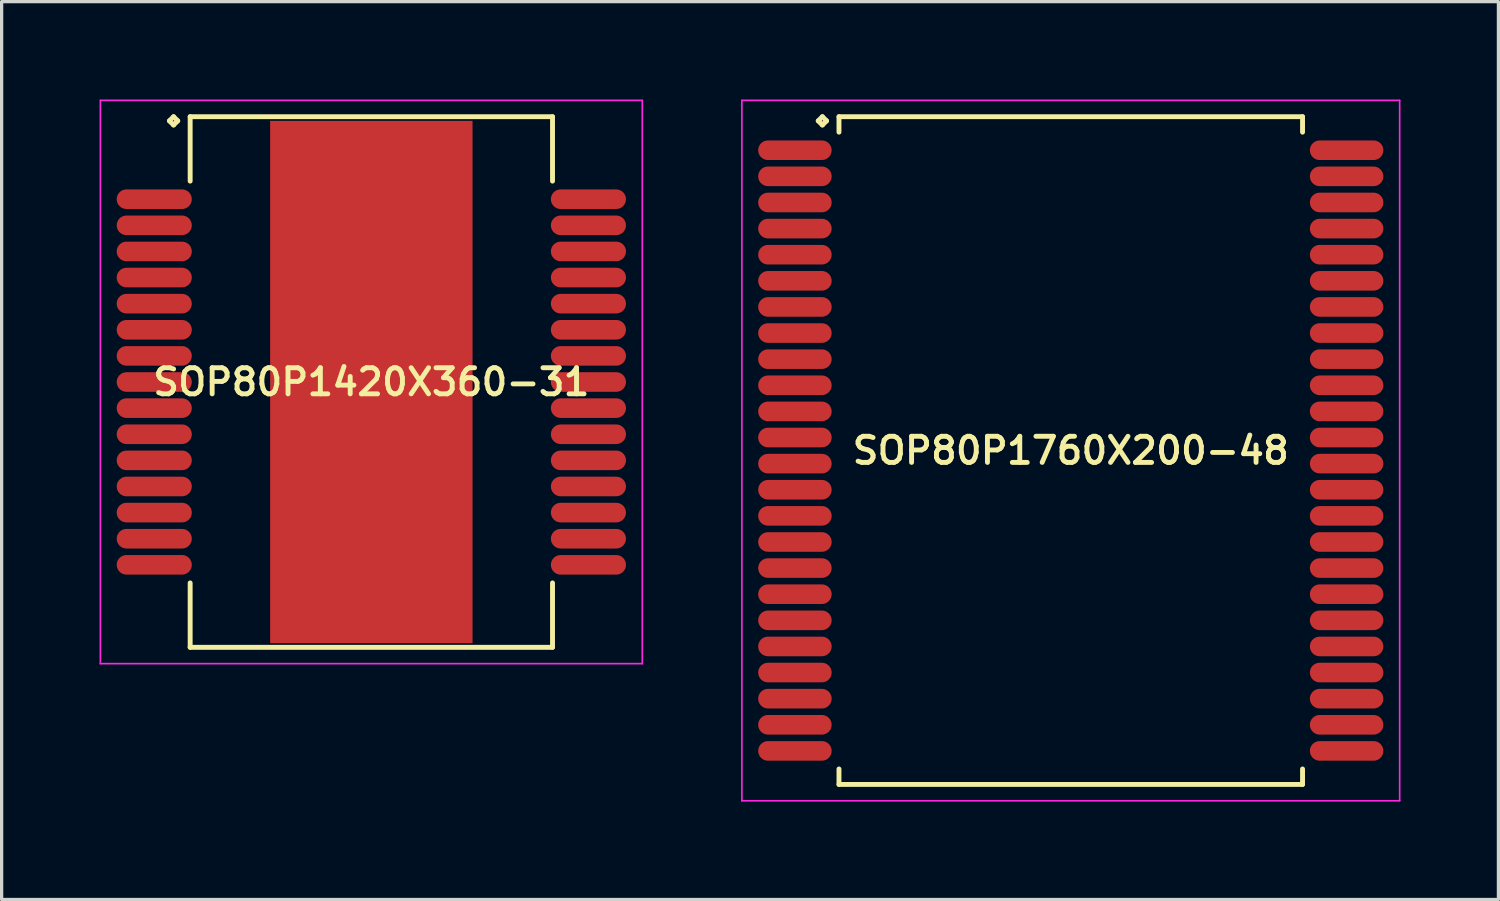
<source format=kicad_pcb>
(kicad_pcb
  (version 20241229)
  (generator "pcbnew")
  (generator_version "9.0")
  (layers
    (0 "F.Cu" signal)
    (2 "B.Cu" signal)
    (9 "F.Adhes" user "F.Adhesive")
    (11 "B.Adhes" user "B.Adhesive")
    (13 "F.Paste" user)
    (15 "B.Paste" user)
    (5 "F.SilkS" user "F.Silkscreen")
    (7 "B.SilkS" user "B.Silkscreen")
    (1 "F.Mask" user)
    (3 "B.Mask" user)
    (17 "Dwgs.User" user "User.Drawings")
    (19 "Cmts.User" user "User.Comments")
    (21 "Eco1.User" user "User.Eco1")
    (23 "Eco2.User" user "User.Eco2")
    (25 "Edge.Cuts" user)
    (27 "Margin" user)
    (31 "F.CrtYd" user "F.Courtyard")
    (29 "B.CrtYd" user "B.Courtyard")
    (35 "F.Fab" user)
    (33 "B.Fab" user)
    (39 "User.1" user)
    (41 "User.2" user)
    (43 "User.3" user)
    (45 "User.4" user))
  (footprint "SOP80P1420X360-31"
    (layer "F.Cu")
    (at 8.325 8.652)
    (property "Reference" "SOP80P1420X360-31" (at 0 0 0) (layer "F.SilkS") (effects (font (size 0.8 0.8) (thickness 0.15))))
    (attr smd)
    (fp_line (start -6.185 -8) (end -6.058 -8.127) (stroke (width 0.15) (type solid)) (layer "F.SilkS"))
    (fp_line (start -6.058 -8.127) (end -5.931 -8) (stroke (width 0.15) (type solid)) (layer "F.SilkS"))
    (fp_line (start -6.058 -7.873) (end -6.185 -8) (stroke (width 0.15) (type solid)) (layer "F.SilkS"))
    (fp_line (start -5.931 -8) (end -6.058 -7.873) (stroke (width 0.15) (type solid)) (layer "F.SilkS"))
    (fp_line (start -5.55 -8.127) (end 5.55 -8.127) (stroke (width 0.15) (type solid)) (layer "F.SilkS"))
    (fp_line (start -5.55 -6.154) (end -5.55 -8.127) (stroke (width 0.15) (type solid)) (layer "F.SilkS"))
    (fp_line (start -5.55 6.154) (end -5.55 8.127) (stroke (width 0.15) (type solid)) (layer "F.SilkS"))
    (fp_line (start -5.55 8.127) (end 5.55 8.127) (stroke (width 0.15) (type solid)) (layer "F.SilkS"))
    (fp_line (start 5.55 -8.127) (end 5.55 -6.154) (stroke (width 0.15) (type solid)) (layer "F.SilkS"))
    (fp_line (start 5.55 8.127) (end 5.55 6.154) (stroke (width 0.15) (type solid)) (layer "F.SilkS"))
    (fp_line (start -8.3 -8.627) (end 8.3 -8.627) (stroke (width 0.05) (type solid)) (layer "F.CrtYd"))
    (fp_line (start -8.3 8.627) (end -8.3 -8.627) (stroke (width 0.05) (type solid)) (layer "F.CrtYd"))
    (fp_line (start 8.3 -8.627) (end 8.3 8.627) (stroke (width 0.05) (type solid)) (layer "F.CrtYd"))
    (fp_line (start 8.3 8.627) (end -8.3 8.627) (stroke (width 0.05) (type solid)) (layer "F.CrtYd"))
    (pad "1" smd oval (at -6.65 -5.6) (size 2.3 0.6) (layers "F.Cu" "F.Mask" "F.Paste"))
    (pad "2" smd oval (at -6.65 -4.8) (size 2.3 0.6) (layers "F.Cu" "F.Mask" "F.Paste"))
    (pad "3" smd oval (at -6.65 -4) (size 2.3 0.6) (layers "F.Cu" "F.Mask" "F.Paste"))
    (pad "4" smd oval (at -6.65 -3.2) (size 2.3 0.6) (layers "F.Cu" "F.Mask" "F.Paste"))
    (pad "5" smd oval (at -6.65 -2.4) (size 2.3 0.6) (layers "F.Cu" "F.Mask" "F.Paste"))
    (pad "6" smd oval (at -6.65 -1.6) (size 2.3 0.6) (layers "F.Cu" "F.Mask" "F.Paste"))
    (pad "7" smd oval (at -6.65 -0.8) (size 2.3 0.6) (layers "F.Cu" "F.Mask" "F.Paste"))
    (pad "8" smd oval (at -6.65 0) (size 2.3 0.6) (layers "F.Cu" "F.Mask" "F.Paste"))
    (pad "9" smd oval (at -6.65 0.8) (size 2.3 0.6) (layers "F.Cu" "F.Mask" "F.Paste"))
    (pad "10" smd oval (at -6.65 1.6) (size 2.3 0.6) (layers "F.Cu" "F.Mask" "F.Paste"))
    (pad "11" smd oval (at -6.65 2.4) (size 2.3 0.6) (layers "F.Cu" "F.Mask" "F.Paste"))
    (pad "12" smd oval (at -6.65 3.2) (size 2.3 0.6) (layers "F.Cu" "F.Mask" "F.Paste"))
    (pad "13" smd oval (at -6.65 4) (size 2.3 0.6) (layers "F.Cu" "F.Mask" "F.Paste"))
    (pad "14" smd oval (at -6.65 4.8) (size 2.3 0.6) (layers "F.Cu" "F.Mask" "F.Paste"))
    (pad "15" smd oval (at -6.65 5.6) (size 2.3 0.6) (layers "F.Cu" "F.Mask" "F.Paste"))
    (pad "16" smd oval (at 6.65 5.6) (size 2.3 0.6) (layers "F.Cu" "F.Mask" "F.Paste"))
    (pad "17" smd oval (at 6.65 4.8) (size 2.3 0.6) (layers "F.Cu" "F.Mask" "F.Paste"))
    (pad "18" smd oval (at 6.65 4) (size 2.3 0.6) (layers "F.Cu" "F.Mask" "F.Paste"))
    (pad "19" smd oval (at 6.65 3.2) (size 2.3 0.6) (layers "F.Cu" "F.Mask" "F.Paste"))
    (pad "20" smd oval (at 6.65 2.4) (size 2.3 0.6) (layers "F.Cu" "F.Mask" "F.Paste"))
    (pad "21" smd oval (at 6.65 1.6) (size 2.3 0.6) (layers "F.Cu" "F.Mask" "F.Paste"))
    (pad "22" smd oval (at 6.65 0.8) (size 2.3 0.6) (layers "F.Cu" "F.Mask" "F.Paste"))
    (pad "23" smd oval (at 6.65 0) (size 2.3 0.6) (layers "F.Cu" "F.Mask" "F.Paste"))
    (pad "24" smd oval (at 6.65 -0.8) (size 2.3 0.6) (layers "F.Cu" "F.Mask" "F.Paste"))
    (pad "25" smd oval (at 6.65 -1.6) (size 2.3 0.6) (layers "F.Cu" "F.Mask" "F.Paste"))
    (pad "26" smd oval (at 6.65 -2.4) (size 2.3 0.6) (layers "F.Cu" "F.Mask" "F.Paste"))
    (pad "27" smd oval (at 6.65 -3.2) (size 2.3 0.6) (layers "F.Cu" "F.Mask" "F.Paste"))
    (pad "28" smd oval (at 6.65 -4) (size 2.3 0.6) (layers "F.Cu" "F.Mask" "F.Paste"))
    (pad "29" smd oval (at 6.65 -4.8) (size 2.3 0.6) (layers "F.Cu" "F.Mask" "F.Paste"))
    (pad "30" smd oval (at 6.65 -5.6) (size 2.3 0.6) (layers "F.Cu" "F.Mask" "F.Paste"))
    (pad "31" smd rect (at 0 0) (size 6.2 16) (layers "F.Cu" "F.Mask" "F.Paste")))
  (footprint "SOP80P1760X200-48"
    (layer "F.Cu")
    (at 29.75 10.752)
    (property "Reference" "SOP80P1760X200-48" (at 0 0 0) (layer "F.SilkS") (effects (font (size 0.8 0.8) (thickness 0.15))))
    (attr smd)
    (fp_line (start -7.735 -10.1) (end -7.608 -10.227) (stroke (width 0.15) (type solid)) (layer "F.SilkS"))
    (fp_line (start -7.608 -10.227) (end -7.481 -10.1) (stroke (width 0.15) (type solid)) (layer "F.SilkS"))
    (fp_line (start -7.608 -9.973) (end -7.735 -10.1) (stroke (width 0.15) (type solid)) (layer "F.SilkS"))
    (fp_line (start -7.481 -10.1) (end -7.608 -9.973) (stroke (width 0.15) (type solid)) (layer "F.SilkS"))
    (fp_line (start -7.1 -10.227) (end 7.1 -10.227) (stroke (width 0.15) (type solid)) (layer "F.SilkS"))
    (fp_line (start -7.1 -9.754) (end -7.1 -10.227) (stroke (width 0.15) (type solid)) (layer "F.SilkS"))
    (fp_line (start -7.1 9.754) (end -7.1 10.227) (stroke (width 0.15) (type solid)) (layer "F.SilkS"))
    (fp_line (start -7.1 10.227) (end 7.1 10.227) (stroke (width 0.15) (type solid)) (layer "F.SilkS"))
    (fp_line (start 7.1 -10.227) (end 7.1 -9.754) (stroke (width 0.15) (type solid)) (layer "F.SilkS"))
    (fp_line (start 7.1 10.227) (end 7.1 9.754) (stroke (width 0.15) (type solid)) (layer "F.SilkS"))
    (fp_line (start -10.075 -10.727) (end 10.075 -10.727) (stroke (width 0.05) (type solid)) (layer "F.CrtYd"))
    (fp_line (start -10.075 10.727) (end -10.075 -10.727) (stroke (width 0.05) (type solid)) (layer "F.CrtYd"))
    (fp_line (start 10.075 -10.727) (end 10.075 10.727) (stroke (width 0.05) (type solid)) (layer "F.CrtYd"))
    (fp_line (start 10.075 10.727) (end -10.075 10.727) (stroke (width 0.05) (type solid)) (layer "F.CrtYd"))
    (pad "1" smd oval (at -8.45 -9.2) (size 2.25 0.6) (layers "F.Cu" "F.Mask" "F.Paste"))
    (pad "2" smd oval (at -8.45 -8.4) (size 2.25 0.6) (layers "F.Cu" "F.Mask" "F.Paste"))
    (pad "3" smd oval (at -8.45 -7.6) (size 2.25 0.6) (layers "F.Cu" "F.Mask" "F.Paste"))
    (pad "4" smd oval (at -8.45 -6.8) (size 2.25 0.6) (layers "F.Cu" "F.Mask" "F.Paste"))
    (pad "5" smd oval (at -8.45 -6) (size 2.25 0.6) (layers "F.Cu" "F.Mask" "F.Paste"))
    (pad "6" smd oval (at -8.45 -5.2) (size 2.25 0.6) (layers "F.Cu" "F.Mask" "F.Paste"))
    (pad "7" smd oval (at -8.45 -4.4) (size 2.25 0.6) (layers "F.Cu" "F.Mask" "F.Paste"))
    (pad "8" smd oval (at -8.45 -3.6) (size 2.25 0.6) (layers "F.Cu" "F.Mask" "F.Paste"))
    (pad "9" smd oval (at -8.45 -2.8) (size 2.25 0.6) (layers "F.Cu" "F.Mask" "F.Paste"))
    (pad "10" smd oval (at -8.45 -2) (size 2.25 0.6) (layers "F.Cu" "F.Mask" "F.Paste"))
    (pad "11" smd oval (at -8.45 -1.2) (size 2.25 0.6) (layers "F.Cu" "F.Mask" "F.Paste"))
    (pad "12" smd oval (at -8.45 -0.4) (size 2.25 0.6) (layers "F.Cu" "F.Mask" "F.Paste"))
    (pad "13" smd oval (at -8.45 0.4) (size 2.25 0.6) (layers "F.Cu" "F.Mask" "F.Paste"))
    (pad "14" smd oval (at -8.45 1.2) (size 2.25 0.6) (layers "F.Cu" "F.Mask" "F.Paste"))
    (pad "15" smd oval (at -8.45 2) (size 2.25 0.6) (layers "F.Cu" "F.Mask" "F.Paste"))
    (pad "16" smd oval (at -8.45 2.8) (size 2.25 0.6) (layers "F.Cu" "F.Mask" "F.Paste"))
    (pad "17" smd oval (at -8.45 3.6) (size 2.25 0.6) (layers "F.Cu" "F.Mask" "F.Paste"))
    (pad "18" smd oval (at -8.45 4.4) (size 2.25 0.6) (layers "F.Cu" "F.Mask" "F.Paste"))
    (pad "19" smd oval (at -8.45 5.2) (size 2.25 0.6) (layers "F.Cu" "F.Mask" "F.Paste"))
    (pad "20" smd oval (at -8.45 6) (size 2.25 0.6) (layers "F.Cu" "F.Mask" "F.Paste"))
    (pad "21" smd oval (at -8.45 6.8) (size 2.25 0.6) (layers "F.Cu" "F.Mask" "F.Paste"))
    (pad "22" smd oval (at -8.45 7.6) (size 2.25 0.6) (layers "F.Cu" "F.Mask" "F.Paste"))
    (pad "23" smd oval (at -8.45 8.4) (size 2.25 0.6) (layers "F.Cu" "F.Mask" "F.Paste"))
    (pad "24" smd oval (at -8.45 9.2) (size 2.25 0.6) (layers "F.Cu" "F.Mask" "F.Paste"))
    (pad "25" smd oval (at 8.45 9.2) (size 2.25 0.6) (layers "F.Cu" "F.Mask" "F.Paste"))
    (pad "26" smd oval (at 8.45 8.4) (size 2.25 0.6) (layers "F.Cu" "F.Mask" "F.Paste"))
    (pad "27" smd oval (at 8.45 7.6) (size 2.25 0.6) (layers "F.Cu" "F.Mask" "F.Paste"))
    (pad "28" smd oval (at 8.45 6.8) (size 2.25 0.6) (layers "F.Cu" "F.Mask" "F.Paste"))
    (pad "29" smd oval (at 8.45 6) (size 2.25 0.6) (layers "F.Cu" "F.Mask" "F.Paste"))
    (pad "30" smd oval (at 8.45 5.2) (size 2.25 0.6) (layers "F.Cu" "F.Mask" "F.Paste"))
    (pad "31" smd oval (at 8.45 4.4) (size 2.25 0.6) (layers "F.Cu" "F.Mask" "F.Paste"))
    (pad "32" smd oval (at 8.45 3.6) (size 2.25 0.6) (layers "F.Cu" "F.Mask" "F.Paste"))
    (pad "33" smd oval (at 8.45 2.8) (size 2.25 0.6) (layers "F.Cu" "F.Mask" "F.Paste"))
    (pad "34" smd oval (at 8.45 2) (size 2.25 0.6) (layers "F.Cu" "F.Mask" "F.Paste"))
    (pad "35" smd oval (at 8.45 1.2) (size 2.25 0.6) (layers "F.Cu" "F.Mask" "F.Paste"))
    (pad "36" smd oval (at 8.45 0.4) (size 2.25 0.6) (layers "F.Cu" "F.Mask" "F.Paste"))
    (pad "37" smd oval (at 8.45 -0.4) (size 2.25 0.6) (layers "F.Cu" "F.Mask" "F.Paste"))
    (pad "38" smd oval (at 8.45 -1.2) (size 2.25 0.6) (layers "F.Cu" "F.Mask" "F.Paste"))
    (pad "39" smd oval (at 8.45 -2) (size 2.25 0.6) (layers "F.Cu" "F.Mask" "F.Paste"))
    (pad "40" smd oval (at 8.45 -2.8) (size 2.25 0.6) (layers "F.Cu" "F.Mask" "F.Paste"))
    (pad "41" smd oval (at 8.45 -3.6) (size 2.25 0.6) (layers "F.Cu" "F.Mask" "F.Paste"))
    (pad "42" smd oval (at 8.45 -4.4) (size 2.25 0.6) (layers "F.Cu" "F.Mask" "F.Paste"))
    (pad "43" smd oval (at 8.45 -5.2) (size 2.25 0.6) (layers "F.Cu" "F.Mask" "F.Paste"))
    (pad "44" smd oval (at 8.45 -6) (size 2.25 0.6) (layers "F.Cu" "F.Mask" "F.Paste"))
    (pad "45" smd oval (at 8.45 -6.8) (size 2.25 0.6) (layers "F.Cu" "F.Mask" "F.Paste"))
    (pad "46" smd oval (at 8.45 -7.6) (size 2.25 0.6) (layers "F.Cu" "F.Mask" "F.Paste"))
    (pad "47" smd oval (at 8.45 -8.4) (size 2.25 0.6) (layers "F.Cu" "F.Mask" "F.Paste"))
    (pad "48" smd oval (at 8.45 -9.2) (size 2.25 0.6) (layers "F.Cu" "F.Mask" "F.Paste")))
  (gr_rect
    (start -3 -3)
    (end 42.85 24.504)
    (stroke (width 0.1) (type default))
    (fill no)
    (layer "Edge.Cuts")))
</source>
